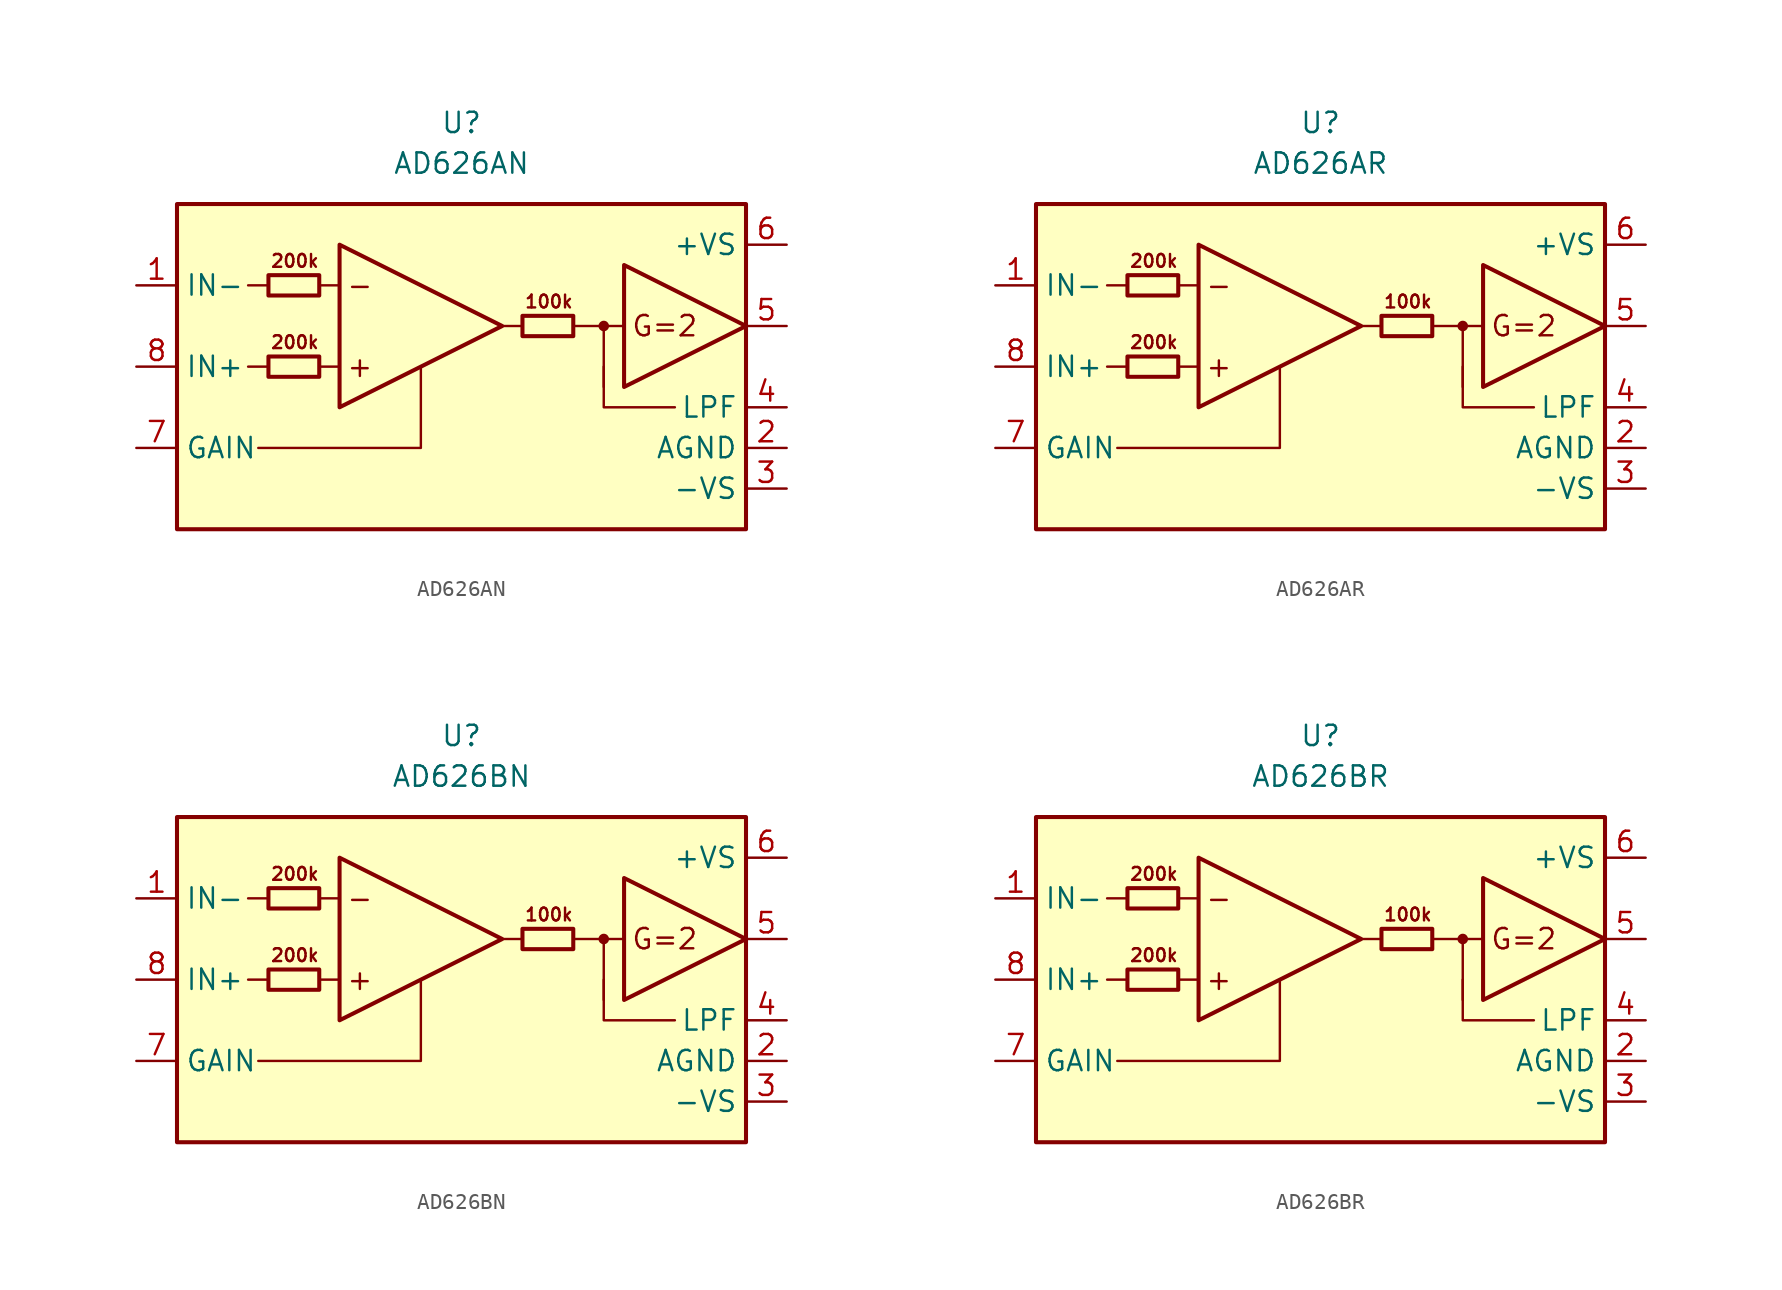
<source format=kicad_sym>
(kicad_symbol_lib
  (version 20211014)
  (generator kicad_symbol_editor)
  (symbol "AD626AN"
    (property "Reference" "U"
      (at 0 15.24 0)
      (effects (font (size 1.27 1.27))))
    (property "Value" "AD626AN"
      (at 0 12.7 0)
      (effects (font (size 1.27 1.27))))
    (symbol "AD626AN_0_0"
      (rectangle (start -17.78 10.16) (end 17.78 -10.16) (stroke (width 0.254) (type default) (color 0 0 0 0)) (fill (type background)))
      (polyline (pts (xy -12.065 0) (xy -13.335 0)) (stroke (width 0.152) (type default) (color 0 0 0 0)) (fill (type none)))
      (polyline (pts (xy -12.065 5.08) (xy -13.335 5.08)) (stroke (width 0.152) (type default) (color 0 0 0 0)) (fill (type none)))
      (polyline (pts (xy -7.62 0) (xy -8.89 0)) (stroke (width 0.152) (type default) (color 0 0 0 0)) (fill (type none)))
      (polyline (pts (xy -7.62 5.08) (xy -8.89 5.08)) (stroke (width 0.152) (type default) (color 0 0 0 0)) (fill (type none)))
      (polyline (pts (xy 8.89 2.54) (xy 8.89 -1.27)) (stroke (width 0.152) (type default) (color 0 0 0 0)) (fill (type none)))
      (polyline (pts (xy 10.16 2.54) (xy 6.985 2.54)) (stroke (width 0.152) (type default) (color 0 0 0 0)) (fill (type none)))
      (polyline (pts (xy -2.54 0) (xy -2.54 -5.08) (xy -12.7 -5.08)) (stroke (width 0.152) (type default) (color 0 0 0 0)) (fill (type none)))
      (polyline (pts (xy 8.89 0) (xy 8.89 -2.54) (xy 13.335 -2.54)) (stroke (width 0.152) (type default) (color 0 0 0 0)) (fill (type none)))
      (circle (center 8.89 2.54) (radius 0.254) (stroke (width 0.152) (type default) (color 0 0 0 0)) (fill (type outline)))
      (text "+" (at -6.35 0 0) (effects (font (size 1.27 1.27))))
      (text "-" (at -6.35 5.08 0) (effects (font (size 1.27 1.27))))
      (text "100k" (at 5.461 4.064 0) (effects (font (size 0.8 0.8))))
      (text "200k" (at -10.414 1.524 0) (effects (font (size 0.8 0.8))))
      (text "200k" (at -10.414 6.604 0) (effects (font (size 0.8 0.8))))
      (text "G=2" (at 12.7 2.54 0) (effects (font (size 1.27 1.27)))))
    (symbol "AD626AN_0_1"
      (rectangle (start -12.065 0.635) (end -8.89 -0.635) (stroke (width 0.254) (type default) (color 0 0 0 0)) (fill (type none)))
      (rectangle (start -12.065 5.715) (end -8.89 4.445) (stroke (width 0.254) (type default) (color 0 0 0 0)) (fill (type none)))
      (polyline (pts (xy 3.81 2.54) (xy 2.54 2.54)) (stroke (width 0.152) (type default) (color 0 0 0 0)) (fill (type none)))
      (polyline (pts (xy -7.62 7.62) (xy -7.62 -2.54) (xy 2.54 2.54) (xy -7.62 7.62)) (stroke (width 0.254) (type default) (color 0 0 0 0)) (fill (type none)))
      (polyline (pts (xy 10.16 6.35) (xy 10.16 -1.27) (xy 17.78 2.54) (xy 10.16 6.35)) (stroke (width 0.254) (type default) (color 0 0 0 0)) (fill (type none)))
      (rectangle (start 3.81 3.175) (end 6.985 1.905) (stroke (width 0.254) (type default) (color 0 0 0 0)) (fill (type none))))
    (symbol "AD626AN_1_1"
      (pin input line (at -20.32 5.08 0) (length 2.54) (name "IN-" (effects (font (size 1.27 1.27)))) (number "1" (effects (font (size 1.27 1.27)))))
      (pin power_in line (at 20.32 -5.08 180) (length 2.54) (name "AGND" (effects (font (size 1.27 1.27)))) (number "2" (effects (font (size 1.27 1.27)))))
      (pin power_in line (at 20.32 -7.62 180) (length 2.54) (name "-VS" (effects (font (size 1.27 1.27)))) (number "3" (effects (font (size 1.27 1.27)))))
      (pin passive line (at 20.32 -2.54 180) (length 2.54) (name "LPF" (effects (font (size 1.27 1.27)))) (number "4" (effects (font (size 1.27 1.27)))))
      (pin output line (at 20.32 2.54 180) (length 2.54) (name "~" (effects (font (size 1.27 1.27)))) (number "5" (effects (font (size 1.27 1.27)))))
      (pin output line (at 20.32 7.62 180) (length 2.54) (name "+VS" (effects (font (size 1.27 1.27)))) (number "6" (effects (font (size 1.27 1.27)))))
      (pin input line (at -20.32 -5.08 0) (length 2.54) (name "GAIN" (effects (font (size 1.27 1.27)))) (number "7" (effects (font (size 1.27 1.27)))))
      (pin input line (at -20.32 0 0) (length 2.54) (name "IN+" (effects (font (size 1.27 1.27)))) (number "8" (effects (font (size 1.27 1.27)))))))
  (symbol "AD626AR"
    (property "Reference" "U"
      (at 0 15.24 0)
      (effects (font (size 1.27 1.27))))
    (property "Value" "AD626AR"
      (at 0 12.7 0)
      (effects (font (size 1.27 1.27))))
    (symbol "AD626AR_0_0"
      (rectangle (start -17.78 10.16) (end 17.78 -10.16) (stroke (width 0.254) (type default) (color 0 0 0 0)) (fill (type background)))
      (polyline (pts (xy -12.065 0) (xy -13.335 0)) (stroke (width 0.152) (type default) (color 0 0 0 0)) (fill (type none)))
      (polyline (pts (xy -12.065 5.08) (xy -13.335 5.08)) (stroke (width 0.152) (type default) (color 0 0 0 0)) (fill (type none)))
      (polyline (pts (xy -7.62 0) (xy -8.89 0)) (stroke (width 0.152) (type default) (color 0 0 0 0)) (fill (type none)))
      (polyline (pts (xy -7.62 5.08) (xy -8.89 5.08)) (stroke (width 0.152) (type default) (color 0 0 0 0)) (fill (type none)))
      (polyline (pts (xy 8.89 2.54) (xy 8.89 -1.27)) (stroke (width 0.152) (type default) (color 0 0 0 0)) (fill (type none)))
      (polyline (pts (xy 10.16 2.54) (xy 6.985 2.54)) (stroke (width 0.152) (type default) (color 0 0 0 0)) (fill (type none)))
      (polyline (pts (xy -2.54 0) (xy -2.54 -5.08) (xy -12.7 -5.08)) (stroke (width 0.152) (type default) (color 0 0 0 0)) (fill (type none)))
      (polyline (pts (xy 8.89 0) (xy 8.89 -2.54) (xy 13.335 -2.54)) (stroke (width 0.152) (type default) (color 0 0 0 0)) (fill (type none)))
      (circle (center 8.89 2.54) (radius 0.254) (stroke (width 0.152) (type default) (color 0 0 0 0)) (fill (type outline)))
      (text "+" (at -6.35 0 0) (effects (font (size 1.27 1.27))))
      (text "-" (at -6.35 5.08 0) (effects (font (size 1.27 1.27))))
      (text "100k" (at 5.461 4.064 0) (effects (font (size 0.8 0.8))))
      (text "200k" (at -10.414 1.524 0) (effects (font (size 0.8 0.8))))
      (text "200k" (at -10.414 6.604 0) (effects (font (size 0.8 0.8))))
      (text "G=2" (at 12.7 2.54 0) (effects (font (size 1.27 1.27)))))
    (symbol "AD626AR_0_1"
      (rectangle (start -12.065 0.635) (end -8.89 -0.635) (stroke (width 0.254) (type default) (color 0 0 0 0)) (fill (type none)))
      (rectangle (start -12.065 5.715) (end -8.89 4.445) (stroke (width 0.254) (type default) (color 0 0 0 0)) (fill (type none)))
      (polyline (pts (xy 3.81 2.54) (xy 2.54 2.54)) (stroke (width 0.152) (type default) (color 0 0 0 0)) (fill (type none)))
      (polyline (pts (xy -7.62 7.62) (xy -7.62 -2.54) (xy 2.54 2.54) (xy -7.62 7.62)) (stroke (width 0.254) (type default) (color 0 0 0 0)) (fill (type none)))
      (polyline (pts (xy 10.16 6.35) (xy 10.16 -1.27) (xy 17.78 2.54) (xy 10.16 6.35)) (stroke (width 0.254) (type default) (color 0 0 0 0)) (fill (type none)))
      (rectangle (start 3.81 3.175) (end 6.985 1.905) (stroke (width 0.254) (type default) (color 0 0 0 0)) (fill (type none))))
    (symbol "AD626AR_1_1"
      (pin input line (at -20.32 5.08 0) (length 2.54) (name "IN-" (effects (font (size 1.27 1.27)))) (number "1" (effects (font (size 1.27 1.27)))))
      (pin power_in line (at 20.32 -5.08 180) (length 2.54) (name "AGND" (effects (font (size 1.27 1.27)))) (number "2" (effects (font (size 1.27 1.27)))))
      (pin power_in line (at 20.32 -7.62 180) (length 2.54) (name "-VS" (effects (font (size 1.27 1.27)))) (number "3" (effects (font (size 1.27 1.27)))))
      (pin passive line (at 20.32 -2.54 180) (length 2.54) (name "LPF" (effects (font (size 1.27 1.27)))) (number "4" (effects (font (size 1.27 1.27)))))
      (pin output line (at 20.32 2.54 180) (length 2.54) (name "~" (effects (font (size 1.27 1.27)))) (number "5" (effects (font (size 1.27 1.27)))))
      (pin output line (at 20.32 7.62 180) (length 2.54) (name "+VS" (effects (font (size 1.27 1.27)))) (number "6" (effects (font (size 1.27 1.27)))))
      (pin input line (at -20.32 -5.08 0) (length 2.54) (name "GAIN" (effects (font (size 1.27 1.27)))) (number "7" (effects (font (size 1.27 1.27)))))
      (pin input line (at -20.32 0 0) (length 2.54) (name "IN+" (effects (font (size 1.27 1.27)))) (number "8" (effects (font (size 1.27 1.27)))))))
  (symbol "AD626BN"
    (property "Reference" "U"
      (at 0 15.24 0)
      (effects (font (size 1.27 1.27))))
    (property "Value" "AD626BN"
      (at 0 12.7 0)
      (effects (font (size 1.27 1.27))))
    (symbol "AD626BN_0_0"
      (rectangle (start -17.78 10.16) (end 17.78 -10.16) (stroke (width 0.254) (type default) (color 0 0 0 0)) (fill (type background)))
      (polyline (pts (xy -12.065 0) (xy -13.335 0)) (stroke (width 0.152) (type default) (color 0 0 0 0)) (fill (type none)))
      (polyline (pts (xy -12.065 5.08) (xy -13.335 5.08)) (stroke (width 0.152) (type default) (color 0 0 0 0)) (fill (type none)))
      (polyline (pts (xy -7.62 0) (xy -8.89 0)) (stroke (width 0.152) (type default) (color 0 0 0 0)) (fill (type none)))
      (polyline (pts (xy -7.62 5.08) (xy -8.89 5.08)) (stroke (width 0.152) (type default) (color 0 0 0 0)) (fill (type none)))
      (polyline (pts (xy 8.89 2.54) (xy 8.89 -1.27)) (stroke (width 0.152) (type default) (color 0 0 0 0)) (fill (type none)))
      (polyline (pts (xy 10.16 2.54) (xy 6.985 2.54)) (stroke (width 0.152) (type default) (color 0 0 0 0)) (fill (type none)))
      (polyline (pts (xy -2.54 0) (xy -2.54 -5.08) (xy -12.7 -5.08)) (stroke (width 0.152) (type default) (color 0 0 0 0)) (fill (type none)))
      (polyline (pts (xy 8.89 0) (xy 8.89 -2.54) (xy 13.335 -2.54)) (stroke (width 0.152) (type default) (color 0 0 0 0)) (fill (type none)))
      (circle (center 8.89 2.54) (radius 0.254) (stroke (width 0.152) (type default) (color 0 0 0 0)) (fill (type outline)))
      (text "+" (at -6.35 0 0) (effects (font (size 1.27 1.27))))
      (text "-" (at -6.35 5.08 0) (effects (font (size 1.27 1.27))))
      (text "100k" (at 5.461 4.064 0) (effects (font (size 0.8 0.8))))
      (text "200k" (at -10.414 1.524 0) (effects (font (size 0.8 0.8))))
      (text "200k" (at -10.414 6.604 0) (effects (font (size 0.8 0.8))))
      (text "G=2" (at 12.7 2.54 0) (effects (font (size 1.27 1.27)))))
    (symbol "AD626BN_0_1"
      (rectangle (start -12.065 0.635) (end -8.89 -0.635) (stroke (width 0.254) (type default) (color 0 0 0 0)) (fill (type none)))
      (rectangle (start -12.065 5.715) (end -8.89 4.445) (stroke (width 0.254) (type default) (color 0 0 0 0)) (fill (type none)))
      (polyline (pts (xy 3.81 2.54) (xy 2.54 2.54)) (stroke (width 0.152) (type default) (color 0 0 0 0)) (fill (type none)))
      (polyline (pts (xy -7.62 7.62) (xy -7.62 -2.54) (xy 2.54 2.54) (xy -7.62 7.62)) (stroke (width 0.254) (type default) (color 0 0 0 0)) (fill (type none)))
      (polyline (pts (xy 10.16 6.35) (xy 10.16 -1.27) (xy 17.78 2.54) (xy 10.16 6.35)) (stroke (width 0.254) (type default) (color 0 0 0 0)) (fill (type none)))
      (rectangle (start 3.81 3.175) (end 6.985 1.905) (stroke (width 0.254) (type default) (color 0 0 0 0)) (fill (type none))))
    (symbol "AD626BN_1_1"
      (pin input line (at -20.32 5.08 0) (length 2.54) (name "IN-" (effects (font (size 1.27 1.27)))) (number "1" (effects (font (size 1.27 1.27)))))
      (pin power_in line (at 20.32 -5.08 180) (length 2.54) (name "AGND" (effects (font (size 1.27 1.27)))) (number "2" (effects (font (size 1.27 1.27)))))
      (pin power_in line (at 20.32 -7.62 180) (length 2.54) (name "-VS" (effects (font (size 1.27 1.27)))) (number "3" (effects (font (size 1.27 1.27)))))
      (pin passive line (at 20.32 -2.54 180) (length 2.54) (name "LPF" (effects (font (size 1.27 1.27)))) (number "4" (effects (font (size 1.27 1.27)))))
      (pin output line (at 20.32 2.54 180) (length 2.54) (name "~" (effects (font (size 1.27 1.27)))) (number "5" (effects (font (size 1.27 1.27)))))
      (pin output line (at 20.32 7.62 180) (length 2.54) (name "+VS" (effects (font (size 1.27 1.27)))) (number "6" (effects (font (size 1.27 1.27)))))
      (pin input line (at -20.32 -5.08 0) (length 2.54) (name "GAIN" (effects (font (size 1.27 1.27)))) (number "7" (effects (font (size 1.27 1.27)))))
      (pin input line (at -20.32 0 0) (length 2.54) (name "IN+" (effects (font (size 1.27 1.27)))) (number "8" (effects (font (size 1.27 1.27)))))))
  (symbol "AD626BR"
    (property "Reference" "U"
      (at 0 15.24 0)
      (effects (font (size 1.27 1.27))))
    (property "Value" "AD626BR"
      (at 0 12.7 0)
      (effects (font (size 1.27 1.27))))
    (symbol "AD626BR_0_0"
      (rectangle (start -17.78 10.16) (end 17.78 -10.16) (stroke (width 0.254) (type default) (color 0 0 0 0)) (fill (type background)))
      (polyline (pts (xy -12.065 0) (xy -13.335 0)) (stroke (width 0.152) (type default) (color 0 0 0 0)) (fill (type none)))
      (polyline (pts (xy -12.065 5.08) (xy -13.335 5.08)) (stroke (width 0.152) (type default) (color 0 0 0 0)) (fill (type none)))
      (polyline (pts (xy -7.62 0) (xy -8.89 0)) (stroke (width 0.152) (type default) (color 0 0 0 0)) (fill (type none)))
      (polyline (pts (xy -7.62 5.08) (xy -8.89 5.08)) (stroke (width 0.152) (type default) (color 0 0 0 0)) (fill (type none)))
      (polyline (pts (xy 8.89 2.54) (xy 8.89 -1.27)) (stroke (width 0.152) (type default) (color 0 0 0 0)) (fill (type none)))
      (polyline (pts (xy 10.16 2.54) (xy 6.985 2.54)) (stroke (width 0.152) (type default) (color 0 0 0 0)) (fill (type none)))
      (polyline (pts (xy -2.54 0) (xy -2.54 -5.08) (xy -12.7 -5.08)) (stroke (width 0.152) (type default) (color 0 0 0 0)) (fill (type none)))
      (polyline (pts (xy 8.89 0) (xy 8.89 -2.54) (xy 13.335 -2.54)) (stroke (width 0.152) (type default) (color 0 0 0 0)) (fill (type none)))
      (circle (center 8.89 2.54) (radius 0.254) (stroke (width 0.152) (type default) (color 0 0 0 0)) (fill (type outline)))
      (text "+" (at -6.35 0 0) (effects (font (size 1.27 1.27))))
      (text "-" (at -6.35 5.08 0) (effects (font (size 1.27 1.27))))
      (text "100k" (at 5.461 4.064 0) (effects (font (size 0.8 0.8))))
      (text "200k" (at -10.414 1.524 0) (effects (font (size 0.8 0.8))))
      (text "200k" (at -10.414 6.604 0) (effects (font (size 0.8 0.8))))
      (text "G=2" (at 12.7 2.54 0) (effects (font (size 1.27 1.27)))))
    (symbol "AD626BR_0_1"
      (rectangle (start -12.065 0.635) (end -8.89 -0.635) (stroke (width 0.254) (type default) (color 0 0 0 0)) (fill (type none)))
      (rectangle (start -12.065 5.715) (end -8.89 4.445) (stroke (width 0.254) (type default) (color 0 0 0 0)) (fill (type none)))
      (polyline (pts (xy 3.81 2.54) (xy 2.54 2.54)) (stroke (width 0.152) (type default) (color 0 0 0 0)) (fill (type none)))
      (polyline (pts (xy -7.62 7.62) (xy -7.62 -2.54) (xy 2.54 2.54) (xy -7.62 7.62)) (stroke (width 0.254) (type default) (color 0 0 0 0)) (fill (type none)))
      (polyline (pts (xy 10.16 6.35) (xy 10.16 -1.27) (xy 17.78 2.54) (xy 10.16 6.35)) (stroke (width 0.254) (type default) (color 0 0 0 0)) (fill (type none)))
      (rectangle (start 3.81 3.175) (end 6.985 1.905) (stroke (width 0.254) (type default) (color 0 0 0 0)) (fill (type none))))
    (symbol "AD626BR_1_1"
      (pin input line (at -20.32 5.08 0) (length 2.54) (name "IN-" (effects (font (size 1.27 1.27)))) (number "1" (effects (font (size 1.27 1.27)))))
      (pin power_in line (at 20.32 -5.08 180) (length 2.54) (name "AGND" (effects (font (size 1.27 1.27)))) (number "2" (effects (font (size 1.27 1.27)))))
      (pin power_in line (at 20.32 -7.62 180) (length 2.54) (name "-VS" (effects (font (size 1.27 1.27)))) (number "3" (effects (font (size 1.27 1.27)))))
      (pin passive line (at 20.32 -2.54 180) (length 2.54) (name "LPF" (effects (font (size 1.27 1.27)))) (number "4" (effects (font (size 1.27 1.27)))))
      (pin output line (at 20.32 2.54 180) (length 2.54) (name "~" (effects (font (size 1.27 1.27)))) (number "5" (effects (font (size 1.27 1.27)))))
      (pin output line (at 20.32 7.62 180) (length 2.54) (name "+VS" (effects (font (size 1.27 1.27)))) (number "6" (effects (font (size 1.27 1.27)))))
      (pin input line (at -20.32 -5.08 0) (length 2.54) (name "GAIN" (effects (font (size 1.27 1.27)))) (number "7" (effects (font (size 1.27 1.27)))))
      (pin input line (at -20.32 0 0) (length 2.54) (name "IN+" (effects (font (size 1.27 1.27)))) (number "8" (effects (font (size 1.27 1.27))))))))
</source>
